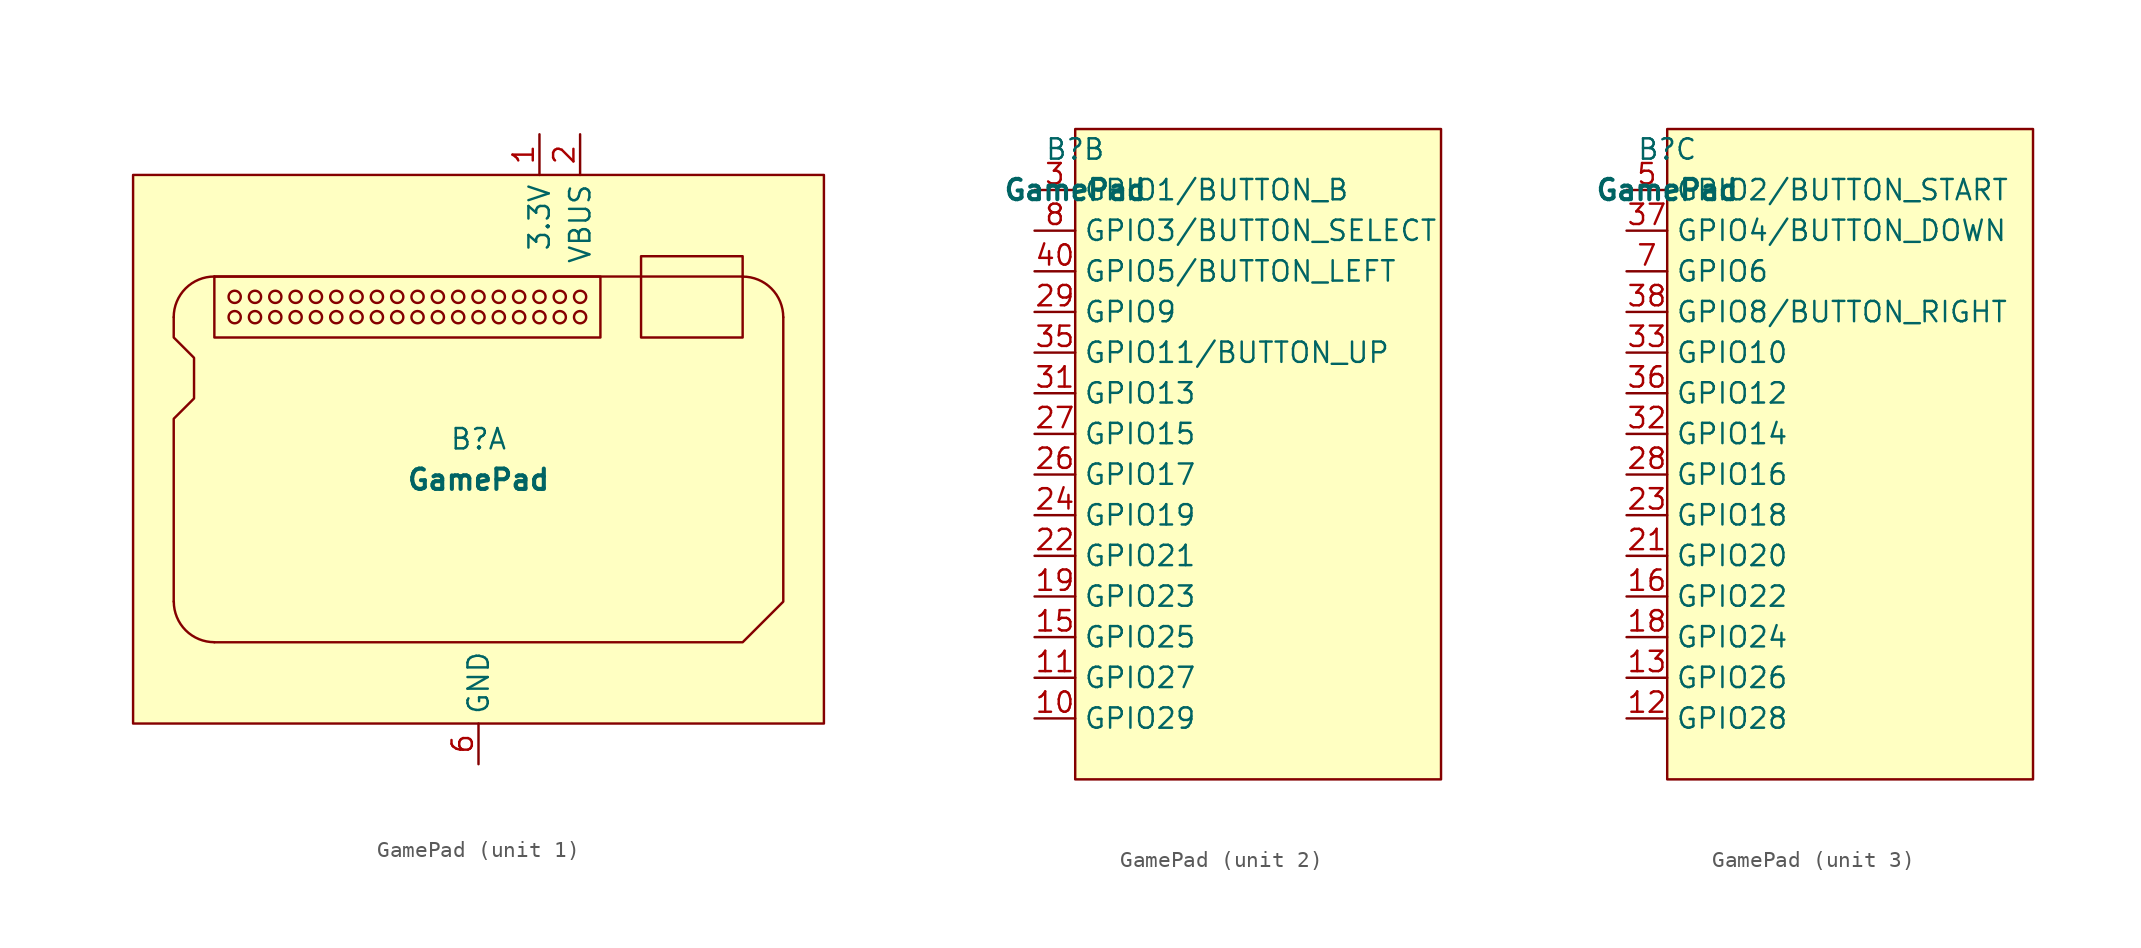
<source format=kicad_sym>
(kicad_symbol_lib
  (version 20211014)
  (generator kicad_symbol_editor)
  (symbol "GamePad"
    (property "Reference" "B"
      (at 0 -1.27 0)
      (effects (font (size 1.27 1.27))))
    (property "Value" "GamePad"
      (at 0 -3.81 0)
      (effects (font (size 1.27 1.27) bold)))
    (property "ki_locked" ""
      (at 0 0 0)
      (effects (font (size 1.27 1.27))))
    (symbol "GamePad_1_1"
      (rectangle (start -21.59 15.24) (end 21.59 -19.05) (stroke (width 0) (type default) (color 0 0 0 0)) (fill (type background)))
      (arc (start -19.0451 -11.4251) (mid -18.3026 -13.2226) (end -16.5051 -13.9651) (stroke (width 0) (type default) (color 0 0 0 0)) (fill (type none)))
      (arc (start -16.51 8.89) (mid -18.3075 8.1475) (end -19.05 6.35) (stroke (width 0) (type default) (color 0 0 0 0)) (fill (type none)))
      (rectangle (start -16.51 8.89) (end 7.62 5.08) (stroke (width 0) (type default) (color 0 0 0 0)) (fill (type none)))
      (circle (center -15.24 6.35) (radius 0.381) (stroke (width 0) (type default) (color 0 0 0 0)) (fill (type none)))
      (circle (center -15.24 7.62) (radius 0.381) (stroke (width 0) (type default) (color 0 0 0 0)) (fill (type none)))
      (circle (center -13.97 6.35) (radius 0.381) (stroke (width 0) (type default) (color 0 0 0 0)) (fill (type none)))
      (circle (center -13.97 7.62) (radius 0.381) (stroke (width 0) (type default) (color 0 0 0 0)) (fill (type none)))
      (circle (center -12.7 6.35) (radius 0.381) (stroke (width 0) (type default) (color 0 0 0 0)) (fill (type none)))
      (circle (center -12.7 7.62) (radius 0.381) (stroke (width 0) (type default) (color 0 0 0 0)) (fill (type none)))
      (circle (center -11.43 6.35) (radius 0.381) (stroke (width 0) (type default) (color 0 0 0 0)) (fill (type none)))
      (circle (center -11.43 7.62) (radius 0.381) (stroke (width 0) (type default) (color 0 0 0 0)) (fill (type none)))
      (circle (center -10.16 6.35) (radius 0.381) (stroke (width 0) (type default) (color 0 0 0 0)) (fill (type none)))
      (circle (center -10.16 7.62) (radius 0.381) (stroke (width 0) (type default) (color 0 0 0 0)) (fill (type none)))
      (circle (center -8.89 6.35) (radius 0.381) (stroke (width 0) (type default) (color 0 0 0 0)) (fill (type none)))
      (circle (center -8.89 7.62) (radius 0.381) (stroke (width 0) (type default) (color 0 0 0 0)) (fill (type none)))
      (circle (center -7.62 6.35) (radius 0.381) (stroke (width 0) (type default) (color 0 0 0 0)) (fill (type none)))
      (circle (center -7.62 7.62) (radius 0.381) (stroke (width 0) (type default) (color 0 0 0 0)) (fill (type none)))
      (circle (center -6.35 6.35) (radius 0.381) (stroke (width 0) (type default) (color 0 0 0 0)) (fill (type none)))
      (circle (center -6.35 7.62) (radius 0.381) (stroke (width 0) (type default) (color 0 0 0 0)) (fill (type none)))
      (circle (center -5.08 6.35) (radius 0.381) (stroke (width 0) (type default) (color 0 0 0 0)) (fill (type none)))
      (circle (center -5.08 7.62) (radius 0.381) (stroke (width 0) (type default) (color 0 0 0 0)) (fill (type none)))
      (circle (center -3.81 6.35) (radius 0.381) (stroke (width 0) (type default) (color 0 0 0 0)) (fill (type none)))
      (circle (center -3.81 7.62) (radius 0.381) (stroke (width 0) (type default) (color 0 0 0 0)) (fill (type none)))
      (circle (center -2.54 6.35) (radius 0.381) (stroke (width 0) (type default) (color 0 0 0 0)) (fill (type none)))
      (circle (center -2.54 7.62) (radius 0.381) (stroke (width 0) (type default) (color 0 0 0 0)) (fill (type none)))
      (circle (center -1.27 6.35) (radius 0.381) (stroke (width 0) (type default) (color 0 0 0 0)) (fill (type none)))
      (circle (center -1.27 7.62) (radius 0.381) (stroke (width 0) (type default) (color 0 0 0 0)) (fill (type none)))
      (polyline (pts (xy 16.51 8.89) (xy -16.51 8.89)) (stroke (width 0) (type default) (color 0 0 0 0)) (fill (type none)))
      (polyline (pts (xy -16.51 -13.97) (xy 16.51 -13.97) (xy 19.05 -11.43) (xy 19.05 6.35)) (stroke (width 0) (type default) (color 0 0 0 0)) (fill (type none)))
      (polyline (pts (xy -19.05 6.35) (xy -19.05 5.08) (xy -17.78 3.81) (xy -17.78 1.27) (xy -19.05 0) (xy -19.05 -11.43)) (stroke (width 0) (type default) (color 0 0 0 0)) (fill (type none)))
      (circle (center 0 6.35) (radius 0.381) (stroke (width 0) (type default) (color 0 0 0 0)) (fill (type none)))
      (circle (center 0 7.62) (radius 0.381) (stroke (width 0) (type default) (color 0 0 0 0)) (fill (type none)))
      (circle (center 1.27 6.35) (radius 0.381) (stroke (width 0) (type default) (color 0 0 0 0)) (fill (type none)))
      (circle (center 1.27 7.62) (radius 0.381) (stroke (width 0) (type default) (color 0 0 0 0)) (fill (type none)))
      (circle (center 2.54 6.35) (radius 0.381) (stroke (width 0) (type default) (color 0 0 0 0)) (fill (type none)))
      (circle (center 2.54 7.62) (radius 0.381) (stroke (width 0) (type default) (color 0 0 0 0)) (fill (type none)))
      (circle (center 3.81 6.35) (radius 0.381) (stroke (width 0) (type default) (color 0 0 0 0)) (fill (type none)))
      (circle (center 3.81 7.62) (radius 0.381) (stroke (width 0) (type default) (color 0 0 0 0)) (fill (type none)))
      (circle (center 5.08 6.35) (radius 0.381) (stroke (width 0) (type default) (color 0 0 0 0)) (fill (type none)))
      (circle (center 5.08 7.62) (radius 0.381) (stroke (width 0) (type default) (color 0 0 0 0)) (fill (type none)))
      (circle (center 6.35 6.35) (radius 0.381) (stroke (width 0) (type default) (color 0 0 0 0)) (fill (type none)))
      (circle (center 6.35 7.62) (radius 0.381) (stroke (width 0) (type default) (color 0 0 0 0)) (fill (type none)))
      (rectangle (start 10.16 10.16) (end 16.51 5.08) (stroke (width 0) (type default) (color 0 0 0 0)) (fill (type none)))
      (arc (start 19.0451 6.3451) (mid 18.3026 8.1426) (end 16.5051 8.8851) (stroke (width 0) (type default) (color 0 0 0 0)) (fill (type none)))
      (pin power_out line (at 3.81 17.78 270) (length 2.54) (name "3.3V" (effects (font (size 1.27 1.27)))) (number "1" (effects (font (size 1.27 1.27)))))
      (pin power_in line (at 0 -21.59 90) (length 2.54) hide (name "GND" (effects (font (size 1.27 1.27)))) (number "14" (effects (font (size 1.27 1.27)))))
      (pin power_out line (at 3.81 17.78 270) (length 2.54) hide (name "3.3V" (effects (font (size 1.27 1.27)))) (number "17" (effects (font (size 1.27 1.27)))))
      (pin power_in line (at 6.35 17.78 270) (length 2.54) (name "VBUS" (effects (font (size 1.27 1.27)))) (number "2" (effects (font (size 1.27 1.27)))))
      (pin power_in line (at 0 -21.59 90) (length 2.54) hide (name "GND" (effects (font (size 1.27 1.27)))) (number "20" (effects (font (size 1.27 1.27)))))
      (pin power_in line (at 0 -21.59 90) (length 2.54) hide (name "GND" (effects (font (size 1.27 1.27)))) (number "25" (effects (font (size 1.27 1.27)))))
      (pin power_in line (at 0 -21.59 90) (length 2.54) hide (name "GND" (effects (font (size 1.27 1.27)))) (number "30" (effects (font (size 1.27 1.27)))))
      (pin power_in line (at 0 -21.59 90) (length 2.54) hide (name "GND" (effects (font (size 1.27 1.27)))) (number "34" (effects (font (size 1.27 1.27)))))
      (pin power_in line (at 0 -21.59 90) (length 2.54) hide (name "GND" (effects (font (size 1.27 1.27)))) (number "39" (effects (font (size 1.27 1.27)))))
      (pin power_in line (at 6.35 17.78 270) (length 2.54) hide (name "VBUS" (effects (font (size 1.27 1.27)))) (number "4" (effects (font (size 1.27 1.27)))))
      (pin power_in line (at 0 -21.59 90) (length 2.54) (name "GND" (effects (font (size 1.27 1.27)))) (number "6" (effects (font (size 1.27 1.27)))))
      (pin power_in line (at 0 -21.59 90) (length 2.54) hide (name "GND" (effects (font (size 1.27 1.27)))) (number "9" (effects (font (size 1.27 1.27))))))
    (symbol "GamePad_2_1"
      (rectangle (start 0 0) (end 22.86 -40.64) (stroke (width 0) (type default) (color 0 0 0 0)) (fill (type background)))
      (pin bidirectional line (at -2.54 -36.83 0) (length 2.54) (name "GPIO29" (effects (font (size 1.27 1.27)))) (number "10" (effects (font (size 1.27 1.27)))))
      (pin bidirectional line (at -2.54 -34.29 0) (length 2.54) (name "GPIO27" (effects (font (size 1.27 1.27)))) (number "11" (effects (font (size 1.27 1.27)))))
      (pin bidirectional line (at -2.54 -31.75 0) (length 2.54) (name "GPIO25" (effects (font (size 1.27 1.27)))) (number "15" (effects (font (size 1.27 1.27)))))
      (pin bidirectional line (at -2.54 -29.21 0) (length 2.54) (name "GPIO23" (effects (font (size 1.27 1.27)))) (number "19" (effects (font (size 1.27 1.27)))))
      (pin bidirectional line (at -2.54 -26.67 0) (length 2.54) (name "GPIO21" (effects (font (size 1.27 1.27)))) (number "22" (effects (font (size 1.27 1.27)))))
      (pin bidirectional line (at -2.54 -24.13 0) (length 2.54) (name "GPIO19" (effects (font (size 1.27 1.27)))) (number "24" (effects (font (size 1.27 1.27)))))
      (pin bidirectional line (at -2.54 -21.59 0) (length 2.54) (name "GPIO17" (effects (font (size 1.27 1.27)))) (number "26" (effects (font (size 1.27 1.27)))))
      (pin bidirectional line (at -2.54 -19.05 0) (length 2.54) (name "GPIO15" (effects (font (size 1.27 1.27)))) (number "27" (effects (font (size 1.27 1.27)))))
      (pin bidirectional line (at -2.54 -11.43 0) (length 2.54) (name "GPIO9" (effects (font (size 1.27 1.27)))) (number "29" (effects (font (size 1.27 1.27)))))
      (pin bidirectional line (at -2.54 -3.81 0) (length 2.54) (name "GPIO1/BUTTON_B" (effects (font (size 1.27 1.27)))) (number "3" (effects (font (size 1.27 1.27)))))
      (pin bidirectional line (at -2.54 -16.51 0) (length 2.54) (name "GPIO13" (effects (font (size 1.27 1.27)))) (number "31" (effects (font (size 1.27 1.27)))))
      (pin bidirectional line (at -2.54 -13.97 0) (length 2.54) (name "GPIO11/BUTTON_UP" (effects (font (size 1.27 1.27)))) (number "35" (effects (font (size 1.27 1.27)))))
      (pin bidirectional line (at -2.54 -8.89 0) (length 2.54) (name "GPIO5/BUTTON_LEFT" (effects (font (size 1.27 1.27)))) (number "40" (effects (font (size 1.27 1.27)))))
      (pin bidirectional line (at -2.54 -6.35 0) (length 2.54) (name "GPIO3/BUTTON_SELECT" (effects (font (size 1.27 1.27)))) (number "8" (effects (font (size 1.27 1.27))))))
    (symbol "GamePad_3_1"
      (rectangle (start 0 0) (end 22.86 -40.64) (stroke (width 0) (type default) (color 0 0 0 0)) (fill (type background)))
      (pin bidirectional line (at -2.54 -36.83 0) (length 2.54) (name "GPIO28" (effects (font (size 1.27 1.27)))) (number "12" (effects (font (size 1.27 1.27)))))
      (pin bidirectional line (at -2.54 -34.29 0) (length 2.54) (name "GPIO26" (effects (font (size 1.27 1.27)))) (number "13" (effects (font (size 1.27 1.27)))))
      (pin bidirectional line (at -2.54 -29.21 0) (length 2.54) (name "GPIO22" (effects (font (size 1.27 1.27)))) (number "16" (effects (font (size 1.27 1.27)))))
      (pin bidirectional line (at -2.54 -31.75 0) (length 2.54) (name "GPIO24" (effects (font (size 1.27 1.27)))) (number "18" (effects (font (size 1.27 1.27)))))
      (pin bidirectional line (at -2.54 -26.67 0) (length 2.54) (name "GPIO20" (effects (font (size 1.27 1.27)))) (number "21" (effects (font (size 1.27 1.27)))))
      (pin bidirectional line (at -2.54 -24.13 0) (length 2.54) (name "GPIO18" (effects (font (size 1.27 1.27)))) (number "23" (effects (font (size 1.27 1.27)))))
      (pin bidirectional line (at -2.54 -21.59 0) (length 2.54) (name "GPIO16" (effects (font (size 1.27 1.27)))) (number "28" (effects (font (size 1.27 1.27)))))
      (pin bidirectional line (at -2.54 -19.05 0) (length 2.54) (name "GPIO14" (effects (font (size 1.27 1.27)))) (number "32" (effects (font (size 1.27 1.27)))))
      (pin bidirectional line (at -2.54 -13.97 0) (length 2.54) (name "GPIO10" (effects (font (size 1.27 1.27)))) (number "33" (effects (font (size 1.27 1.27)))))
      (pin bidirectional line (at -2.54 -16.51 0) (length 2.54) (name "GPIO12" (effects (font (size 1.27 1.27)))) (number "36" (effects (font (size 1.27 1.27)))))
      (pin bidirectional line (at -2.54 -6.35 0) (length 2.54) (name "GPIO4/BUTTON_DOWN" (effects (font (size 1.27 1.27)))) (number "37" (effects (font (size 1.27 1.27)))))
      (pin bidirectional line (at -2.54 -11.43 0) (length 2.54) (name "GPIO8/BUTTON_RIGHT" (effects (font (size 1.27 1.27)))) (number "38" (effects (font (size 1.27 1.27)))))
      (pin bidirectional line (at -2.54 -3.81 0) (length 2.54) (name "GPIO2/BUTTON_START" (effects (font (size 1.27 1.27)))) (number "5" (effects (font (size 1.27 1.27)))))
      (pin bidirectional line (at -2.54 -8.89 0) (length 2.54) (name "GPIO6" (effects (font (size 1.27 1.27)))) (number "7" (effects (font (size 1.27 1.27))))))))
</source>
